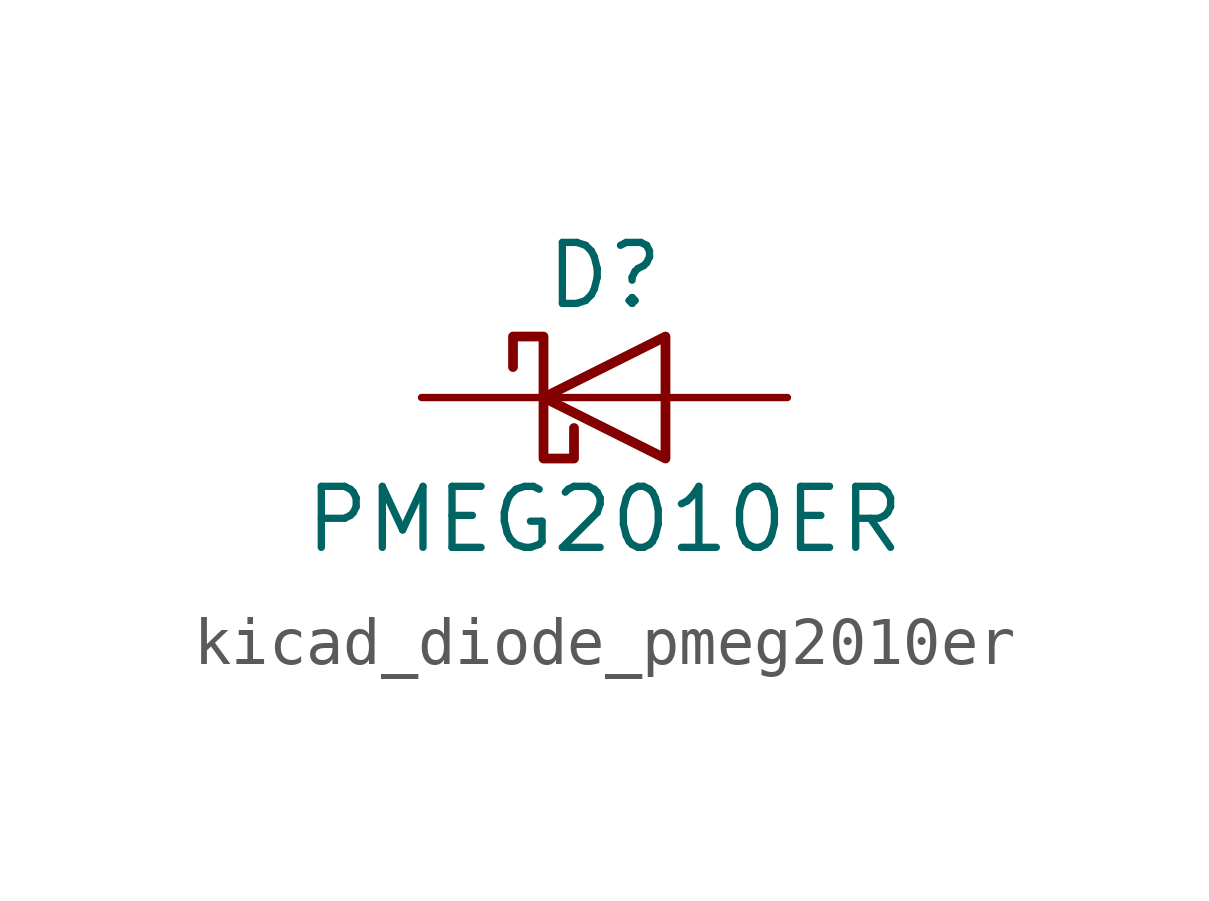
<source format=kicad_sym>
(kicad_symbol_lib
  (version 20220914)
  (generator kicad_symbol_editor)
  (symbol "kicad_diode_pmeg2010er"
    (pin_numbers hide)
    (pin_names hide)
    (property "Reference" "D"
      (at 0 2.54 0)
      (effects (font (size 1.27 1.27))))
    (property "Value" "PMEG2010ER"
      (at 0 -2.54 0)
      (effects (font (size 1.27 1.27))))
    (symbol "kicad_diode_pmeg2010er_0_1"
      (polyline (pts (xy 1.27 0) (xy -1.27 0)) (stroke (width 0) (type default)) (fill (type none)))
      (polyline (pts (xy 1.27 1.27) (xy 1.27 -1.27) (xy -1.27 0) (xy 1.27 1.27)) (stroke (width 0.203) (type default)) (fill (type none)))
      (polyline (pts (xy -1.905 0.635) (xy -1.905 1.27) (xy -1.27 1.27) (xy -1.27 -1.27) (xy -0.635 -1.27) (xy -0.635 -0.635)) (stroke (width 0.203) (type default)) (fill (type none))))
    (symbol "kicad_diode_pmeg2010er_1_1"
      (pin passive line (at -3.81 0 0) (length 2.54) (name "K" (effects (font (size 1.27 1.27)))) (number "1" (effects (font (size 1.27 1.27)))))
      (pin passive line (at 3.81 0 180) (length 2.54) (name "A" (effects (font (size 1.27 1.27)))) (number "2" (effects (font (size 1.27 1.27))))))))
</source>
